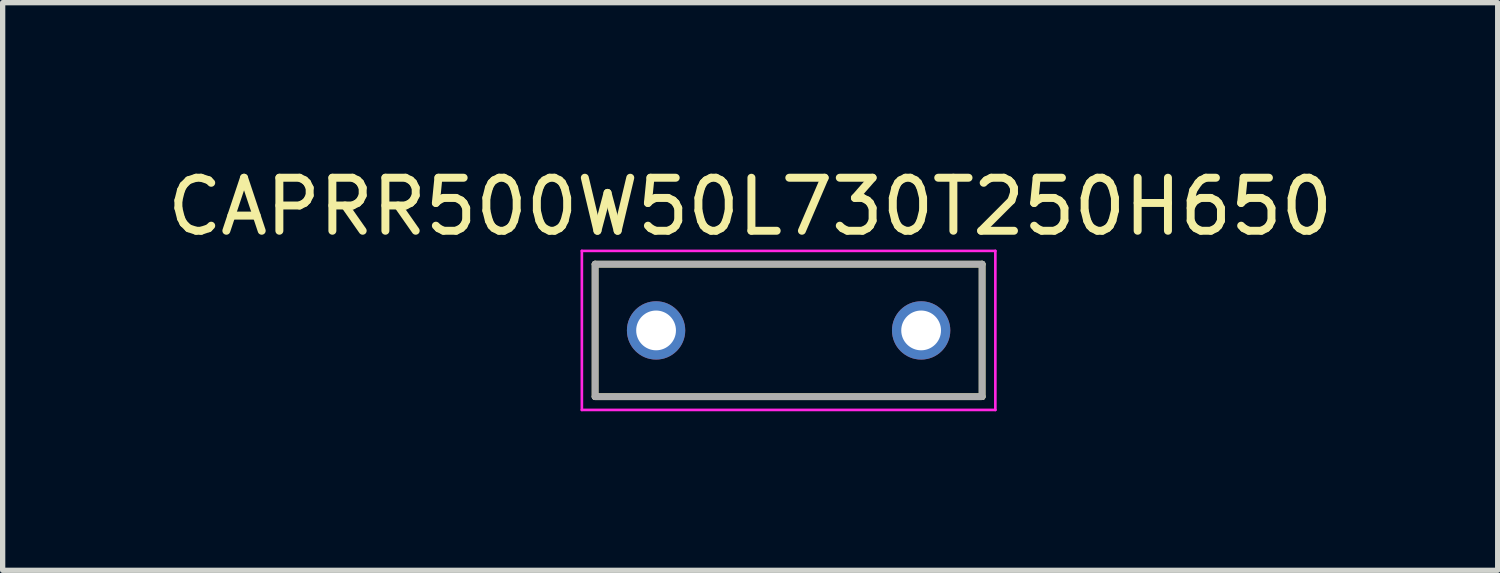
<source format=kicad_pcb>
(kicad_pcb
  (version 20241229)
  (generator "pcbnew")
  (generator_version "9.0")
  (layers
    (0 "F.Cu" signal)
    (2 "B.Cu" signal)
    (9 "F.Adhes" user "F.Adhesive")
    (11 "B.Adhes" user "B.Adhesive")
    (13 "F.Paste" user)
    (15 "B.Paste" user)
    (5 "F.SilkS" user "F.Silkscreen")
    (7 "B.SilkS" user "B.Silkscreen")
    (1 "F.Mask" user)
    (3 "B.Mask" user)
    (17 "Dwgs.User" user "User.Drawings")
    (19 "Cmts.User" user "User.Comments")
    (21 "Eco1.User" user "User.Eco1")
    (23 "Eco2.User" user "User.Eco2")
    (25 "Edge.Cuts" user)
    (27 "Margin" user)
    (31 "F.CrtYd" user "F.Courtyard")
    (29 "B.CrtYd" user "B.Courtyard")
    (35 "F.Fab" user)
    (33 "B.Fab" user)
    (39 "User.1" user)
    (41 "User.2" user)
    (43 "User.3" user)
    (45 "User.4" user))
  (footprint "CAPRR500W50L730T250H650"
    (layer "F.Cu")
    (at 11.826 3.183)
    (property "Reference" "CAPRR500W50L730T250H650" (at -0.725 -2.335 0) (layer "F.SilkS") (effects (font (size 1 1) (thickness 0.15))))
    (attr through_hole)
    (fp_line (start -3.65 -1.25) (end -3.65 1.25) (stroke (width 0.127) (type solid)) (layer "F.SilkS"))
    (fp_line (start -3.65 -1.25) (end 3.65 -1.25) (stroke (width 0.127) (type solid)) (layer "F.SilkS"))
    (fp_line (start -3.65 1.25) (end 3.65 1.25) (stroke (width 0.127) (type solid)) (layer "F.SilkS"))
    (fp_line (start 3.65 -1.25) (end 3.65 1.25) (stroke (width 0.127) (type solid)) (layer "F.SilkS"))
    (fp_line (start -3.9 -1.5) (end -3.9 1.5) (stroke (width 0.05) (type solid)) (layer "F.CrtYd"))
    (fp_line (start -3.9 -1.5) (end 3.9 -1.5) (stroke (width 0.05) (type solid)) (layer "F.CrtYd"))
    (fp_line (start 3.9 -1.5) (end 3.9 1.5) (stroke (width 0.05) (type solid)) (layer "F.CrtYd"))
    (fp_line (start 3.9 1.5) (end -3.9 1.5) (stroke (width 0.05) (type solid)) (layer "F.CrtYd"))
    (fp_line (start -3.65 -1.25) (end -3.65 1.25) (stroke (width 0.127) (type solid)) (layer "F.Fab"))
    (fp_line (start -3.65 -1.25) (end 3.65 -1.25) (stroke (width 0.127) (type solid)) (layer "F.Fab"))
    (fp_line (start 3.65 -1.25) (end 3.65 1.25) (stroke (width 0.127) (type solid)) (layer "F.Fab"))
    (fp_line (start 3.65 1.25) (end -3.65 1.25) (stroke (width 0.127) (type solid)) (layer "F.Fab"))
    (pad "1" thru_hole circle (at -2.5 0) (size 1.1 1.1) (drill 0.75) (layers "*.Cu" "*.Mask"))
    (pad "2" thru_hole circle (at 2.5 0) (size 1.1 1.1) (drill 0.75) (layers "*.Cu" "*.Mask")))
  (gr_rect
    (start -3 -3)
    (end 25.202 7.708)
    (stroke (width 0.1) (type default))
    (fill no)
    (layer "Edge.Cuts")))
</source>
